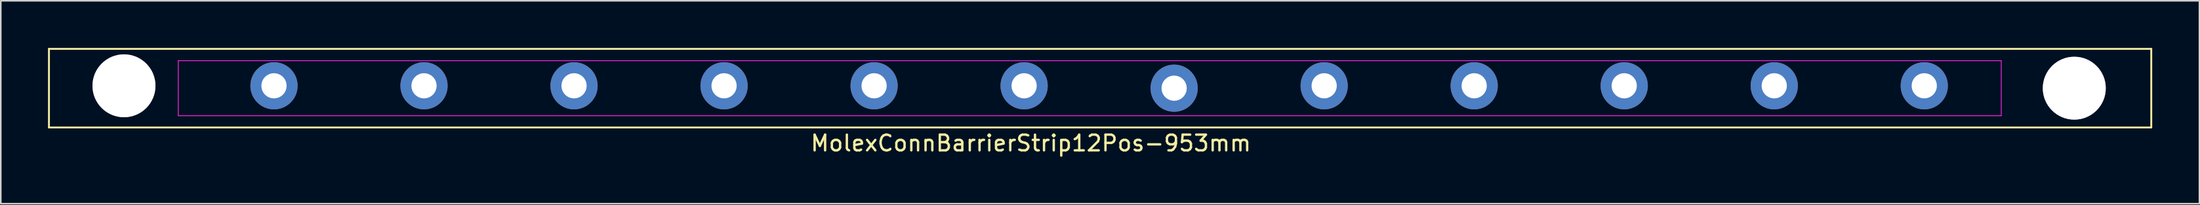
<source format=kicad_pcb>
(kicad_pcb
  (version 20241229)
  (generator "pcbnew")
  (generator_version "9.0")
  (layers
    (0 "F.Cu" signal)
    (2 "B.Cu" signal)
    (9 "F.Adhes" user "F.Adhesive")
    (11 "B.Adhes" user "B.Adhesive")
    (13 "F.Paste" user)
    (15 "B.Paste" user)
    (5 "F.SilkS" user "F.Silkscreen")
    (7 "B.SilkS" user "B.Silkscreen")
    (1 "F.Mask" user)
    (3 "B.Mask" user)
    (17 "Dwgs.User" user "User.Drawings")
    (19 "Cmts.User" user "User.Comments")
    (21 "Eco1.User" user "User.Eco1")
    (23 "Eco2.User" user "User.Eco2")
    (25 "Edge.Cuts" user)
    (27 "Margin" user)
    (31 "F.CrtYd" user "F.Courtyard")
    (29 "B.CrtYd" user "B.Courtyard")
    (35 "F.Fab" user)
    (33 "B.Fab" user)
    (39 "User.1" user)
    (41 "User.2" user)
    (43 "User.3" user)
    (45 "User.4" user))
  (footprint "MolexConnBarrierStrip12Pos-953mm"
    (layer "F.Cu")
    (at 14.355 2.408)
    (property "Reference" "MolexConnBarrierStrip12Pos-953mm" (at 48.08 3.652 0) (layer "F.SilkS") (effects (font (size 1 1) (thickness 0.15))))
    (attr through_hole)
    (fp_line (start -14.295 -2.348) (end 119.25 -2.348) (stroke (width 0.12) (type solid)) (layer "F.SilkS"))
    (fp_line (start -14.295 2.652) (end -14.295 -2.348) (stroke (width 0.12) (type solid)) (layer "F.SilkS"))
    (fp_line (start 119.25 -2.348) (end 119.25 2.652) (stroke (width 0.12) (type solid)) (layer "F.SilkS"))
    (fp_line (start 119.25 2.652) (end -14.295 2.652) (stroke (width 0.12) (type solid)) (layer "F.SilkS"))
    (fp_line (start -6.08 -1.598) (end 109.72 -1.598) (stroke (width 0.05) (type solid)) (layer "F.CrtYd"))
    (fp_line (start -6.08 1.902) (end -6.08 -1.598) (stroke (width 0.05) (type solid)) (layer "F.CrtYd"))
    (fp_line (start 109.72 -1.598) (end 109.72 1.902) (stroke (width 0.05) (type solid)) (layer "F.CrtYd"))
    (fp_line (start 109.72 1.902) (end -6.08 1.902) (stroke (width 0.05) (type solid)) (layer "F.CrtYd"))
    (pad "" thru_hole circle (at -9.53 0) (size 4 4) (drill 4) (layers "*.Cu" "*.Mask"))
    (pad "" thru_hole circle (at 114.36 0.152) (size 4 4) (drill 4) (layers "*.Cu" "*.Mask"))
    (pad "1" thru_hole circle (at 0 0) (size 3 3) (drill 1.6) (layers "*.Cu" "*.Mask"))
    (pad "2" thru_hole circle (at 9.53 0) (size 3 3) (drill 1.6) (layers "*.Cu" "*.Mask"))
    (pad "3" thru_hole circle (at 19.06 0) (size 3 3) (drill 1.6) (layers "*.Cu" "*.Mask"))
    (pad "4" thru_hole circle (at 28.59 0) (size 3 3) (drill 1.6) (layers "*.Cu" "*.Mask"))
    (pad "5" thru_hole circle (at 38.12 0) (size 3 3) (drill 1.6) (layers "*.Cu" "*.Mask"))
    (pad "6" thru_hole circle (at 47.65 0) (size 3 3) (drill 1.6) (layers "*.Cu" "*.Mask"))
    (pad "7" thru_hole circle (at 57.18 0.152) (size 3 3) (drill 1.6) (layers "*.Cu" "*.Mask"))
    (pad "8" thru_hole circle (at 66.71 0) (size 3 3) (drill 1.6) (layers "*.Cu" "*.Mask"))
    (pad "9" thru_hole circle (at 76.24 0) (size 3 3) (drill 1.6) (layers "*.Cu" "*.Mask"))
    (pad "10" thru_hole circle (at 85.77 0) (size 3 3) (drill 1.6) (layers "*.Cu" "*.Mask"))
    (pad "11" thru_hole circle (at 95.3 0) (size 3 3) (drill 1.6) (layers "*.Cu" "*.Mask"))
    (pad "12" thru_hole circle (at 104.83 0) (size 3 3) (drill 1.6) (layers "*.Cu" "*.Mask")))
  (gr_rect
    (start -3 -3)
    (end 136.665 9.908)
    (stroke (width 0.1) (type default))
    (fill no)
    (layer "Edge.Cuts")))
</source>
